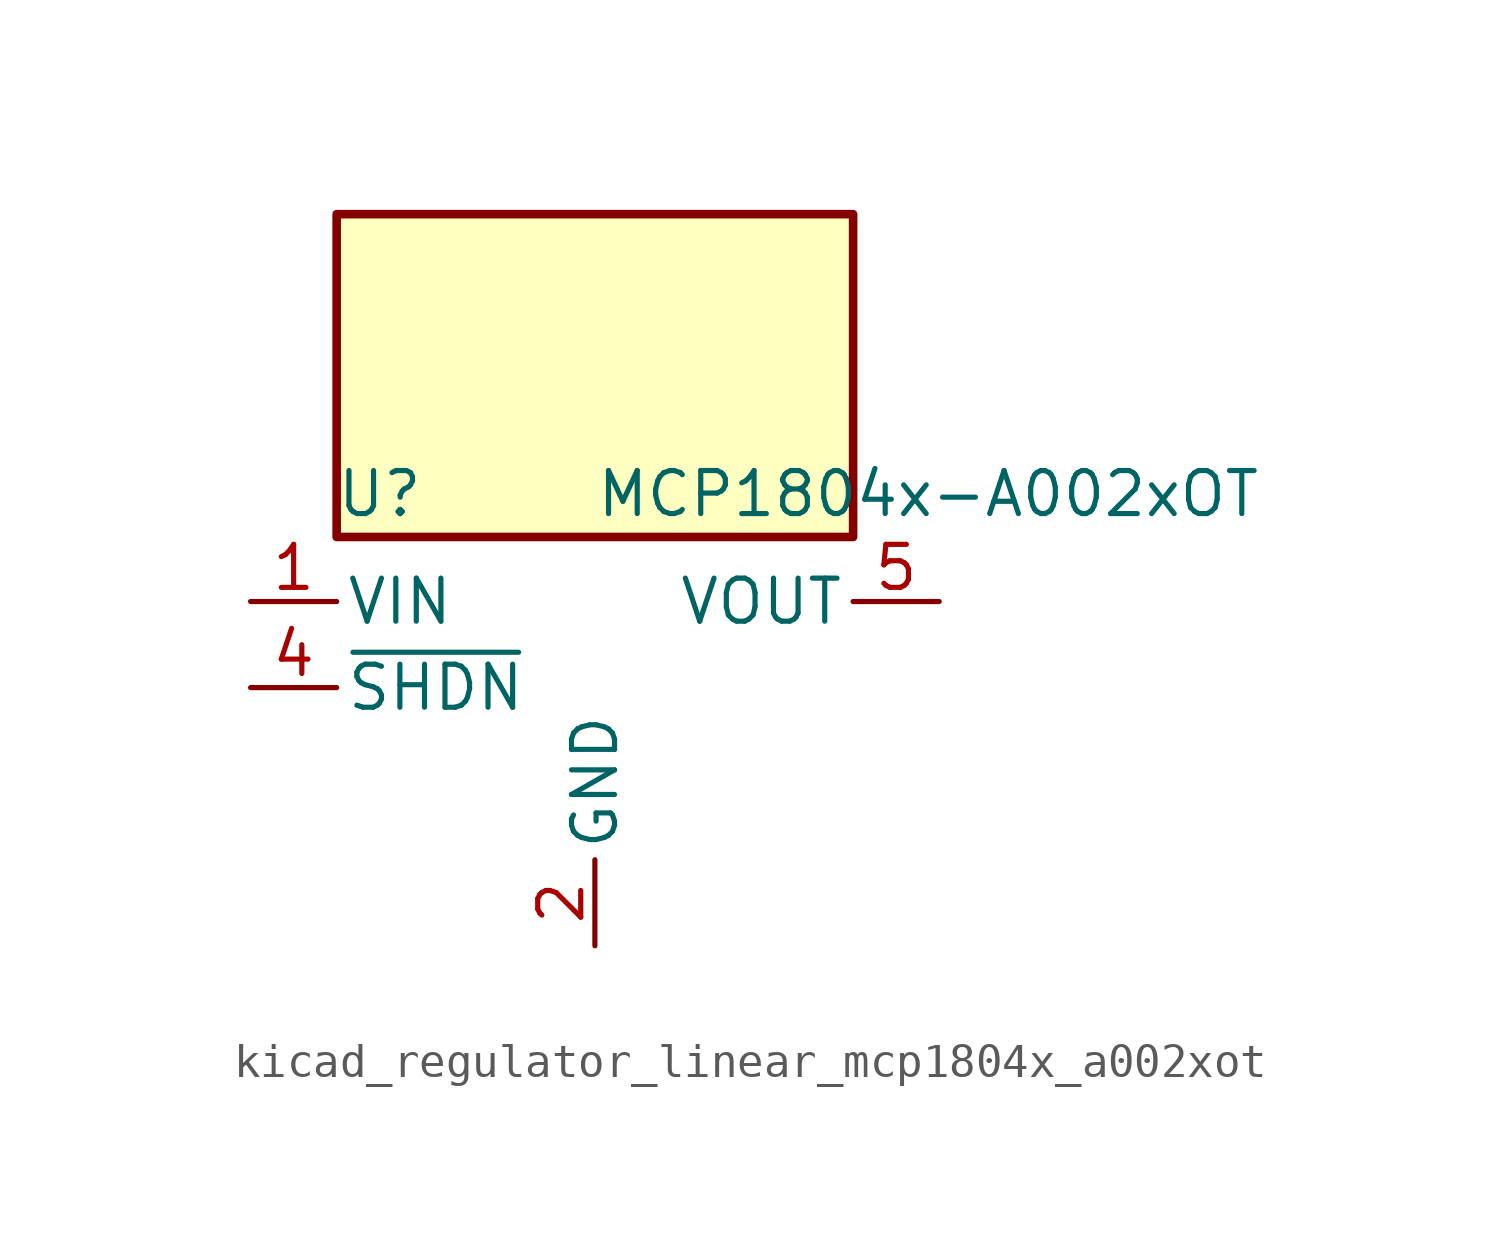
<source format=kicad_sym>
(kicad_symbol_lib
  (version 20220914)
  (generator kicad_symbol_editor)
  (symbol "kicad_regulator_linear_mcp1804x_a002xot"
    (pin_names
      (offset 0.254))
    (property "Reference" "U"
      (at -6.35 5.715 0)
      (effects (font (size 1.27 1.27))))
    (property "Value" "MCP1804x-A002xOT"
      (at 0 5.715 0)
      (effects (font (size 1.27 1.27)) (justify left)))
    (symbol "kicad_regulator_linear_mcp1804x_a002xot_0_1"
      (rectangle (start 7.62 13.97) (end -7.62 4.445) (stroke (width 0.254) (type default)) (fill (type background))))
    (symbol "kicad_regulator_linear_mcp1804x_a002xot_1_1"
      (pin power_in line (at -10.16 2.54 0) (length 2.54) (name "VIN" (effects (font (size 1.27 1.27)))) (number "1" (effects (font (size 1.27 1.27)))))
      (pin power_in line (at 0 -7.62 90) (length 2.54) (name "GND" (effects (font (size 1.27 1.27)))) (number "2" (effects (font (size 1.27 1.27)))))
      (pin no_connect line (at 7.62 0 180) (length 2.54) hide (name "NC" (effects (font (size 1.27 1.27)))) (number "3" (effects (font (size 1.27 1.27)))))
      (pin input line (at -10.16 0 0) (length 2.54) (name "~{SHDN}" (effects (font (size 1.27 1.27)))) (number "4" (effects (font (size 1.27 1.27)))))
      (pin power_out line (at 10.16 2.54 180) (length 2.54) (name "VOUT" (effects (font (size 1.27 1.27)))) (number "5" (effects (font (size 1.27 1.27))))))))
</source>
